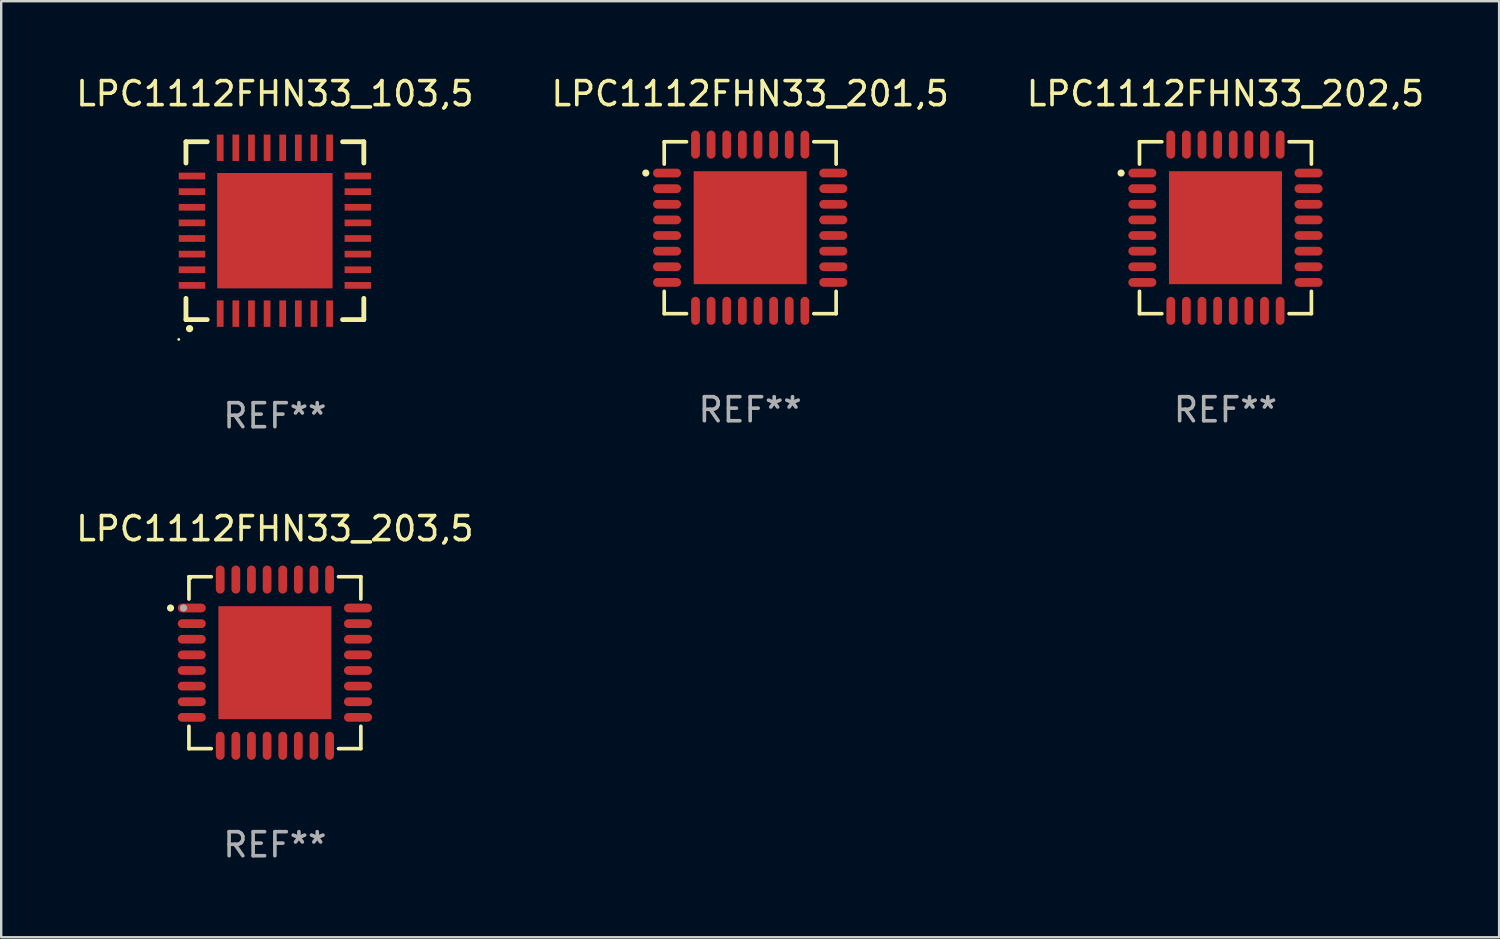
<source format=kicad_pcb>
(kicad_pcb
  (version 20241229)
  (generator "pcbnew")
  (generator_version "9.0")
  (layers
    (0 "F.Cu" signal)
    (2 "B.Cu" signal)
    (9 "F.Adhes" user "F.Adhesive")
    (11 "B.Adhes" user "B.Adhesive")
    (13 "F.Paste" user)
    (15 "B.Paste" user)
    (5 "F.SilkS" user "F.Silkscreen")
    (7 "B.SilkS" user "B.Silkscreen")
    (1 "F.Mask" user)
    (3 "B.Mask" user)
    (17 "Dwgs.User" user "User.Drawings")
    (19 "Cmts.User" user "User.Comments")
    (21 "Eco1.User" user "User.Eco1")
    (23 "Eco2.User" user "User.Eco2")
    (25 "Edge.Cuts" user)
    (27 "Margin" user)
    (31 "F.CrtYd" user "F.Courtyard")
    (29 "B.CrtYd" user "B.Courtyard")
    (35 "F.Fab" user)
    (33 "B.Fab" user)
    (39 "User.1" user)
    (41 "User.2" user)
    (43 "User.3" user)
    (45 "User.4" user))
  (footprint "LPC1112FHN33_202,5"
    (layer "F.Cu")
    (at 47.935 6.424)
    (property "Reference" "LPC1112FHN33_202,5" (at 0 -5.576 0) (layer "F.SilkS") (effects (font (size 1 1) (thickness 0.15))))
    (attr through_hole)
    (fp_line (start -3.576 -3.576) (end -3.576 -2.647) (stroke (width 0.152) (type solid)) (layer "F.SilkS"))
    (fp_line (start -3.576 3.576) (end -3.576 2.647) (stroke (width 0.152) (type solid)) (layer "F.SilkS"))
    (fp_line (start -2.647 -3.576) (end -3.576 -3.576) (stroke (width 0.152) (type solid)) (layer "F.SilkS"))
    (fp_line (start -2.647 3.576) (end -3.576 3.576) (stroke (width 0.152) (type solid)) (layer "F.SilkS"))
    (fp_line (start 2.647 -3.576) (end 3.576 -3.576) (stroke (width 0.152) (type solid)) (layer "F.SilkS"))
    (fp_line (start 2.647 3.576) (end 3.576 3.576) (stroke (width 0.152) (type solid)) (layer "F.SilkS"))
    (fp_line (start 3.576 -3.576) (end 3.576 -2.647) (stroke (width 0.152) (type solid)) (layer "F.SilkS"))
    (fp_line (start 3.576 3.576) (end 3.576 2.647) (stroke (width 0.152) (type solid)) (layer "F.SilkS"))
    (fp_circle (center -4.342 -2.275) (end -4.267 -2.275) (stroke (width 0.15) (type solid)) (fill no) (layer "F.SilkS"))
    (fp_text user "REF**" (at 0 7.576 0) (layer "F.Fab") (effects (font (size 1 1) (thickness 0.15))))
    (pad "1" smd oval (at -3.458 -2.275 270) (size 0.364 1.167) (layers "F.Cu" "F.Mask" "F.Paste"))
    (pad "2" smd oval (at -3.458 -1.625 270) (size 0.364 1.167) (layers "F.Cu" "F.Mask" "F.Paste"))
    (pad "3" smd oval (at -3.458 -0.975 270) (size 0.364 1.167) (layers "F.Cu" "F.Mask" "F.Paste"))
    (pad "4" smd oval (at -3.458 -0.325 270) (size 0.364 1.167) (layers "F.Cu" "F.Mask" "F.Paste"))
    (pad "5" smd oval (at -3.458 0.325 270) (size 0.364 1.167) (layers "F.Cu" "F.Mask" "F.Paste"))
    (pad "6" smd oval (at -3.458 0.975 270) (size 0.364 1.167) (layers "F.Cu" "F.Mask" "F.Paste"))
    (pad "7" smd oval (at -3.458 1.625 270) (size 0.364 1.167) (layers "F.Cu" "F.Mask" "F.Paste"))
    (pad "8" smd oval (at -3.458 2.275 270) (size 0.364 1.167) (layers "F.Cu" "F.Mask" "F.Paste"))
    (pad "9" smd oval (at -2.275 3.458 270) (size 1.167 0.364) (layers "F.Cu" "F.Mask" "F.Paste"))
    (pad "10" smd oval (at -1.625 3.458 270) (size 1.167 0.364) (layers "F.Cu" "F.Mask" "F.Paste"))
    (pad "11" smd oval (at -0.975 3.458 270) (size 1.167 0.364) (layers "F.Cu" "F.Mask" "F.Paste"))
    (pad "12" smd oval (at -0.325 3.458 270) (size 1.167 0.364) (layers "F.Cu" "F.Mask" "F.Paste"))
    (pad "13" smd oval (at 0.325 3.458 270) (size 1.167 0.364) (layers "F.Cu" "F.Mask" "F.Paste"))
    (pad "14" smd oval (at 0.975 3.458 270) (size 1.167 0.364) (layers "F.Cu" "F.Mask" "F.Paste"))
    (pad "15" smd oval (at 1.625 3.458 270) (size 1.167 0.364) (layers "F.Cu" "F.Mask" "F.Paste"))
    (pad "16" smd oval (at 2.275 3.458 270) (size 1.167 0.364) (layers "F.Cu" "F.Mask" "F.Paste"))
    (pad "17" smd oval (at 3.458 2.275 270) (size 0.364 1.167) (layers "F.Cu" "F.Mask" "F.Paste"))
    (pad "18" smd oval (at 3.458 1.625 270) (size 0.364 1.167) (layers "F.Cu" "F.Mask" "F.Paste"))
    (pad "19" smd oval (at 3.458 0.975 270) (size 0.364 1.167) (layers "F.Cu" "F.Mask" "F.Paste"))
    (pad "20" smd oval (at 3.458 0.325 270) (size 0.364 1.167) (layers "F.Cu" "F.Mask" "F.Paste"))
    (pad "21" smd oval (at 3.458 -0.325 270) (size 0.364 1.167) (layers "F.Cu" "F.Mask" "F.Paste"))
    (pad "22" smd oval (at 3.458 -0.975 270) (size 0.364 1.167) (layers "F.Cu" "F.Mask" "F.Paste"))
    (pad "23" smd oval (at 3.458 -1.625 270) (size 0.364 1.167) (layers "F.Cu" "F.Mask" "F.Paste"))
    (pad "24" smd oval (at 3.458 -2.275 270) (size 0.364 1.167) (layers "F.Cu" "F.Mask" "F.Paste"))
    (pad "25" smd oval (at 2.275 -3.458 270) (size 1.167 0.364) (layers "F.Cu" "F.Mask" "F.Paste"))
    (pad "26" smd oval (at 1.625 -3.458 270) (size 1.167 0.364) (layers "F.Cu" "F.Mask" "F.Paste"))
    (pad "27" smd oval (at 0.975 -3.458 270) (size 1.167 0.364) (layers "F.Cu" "F.Mask" "F.Paste"))
    (pad "28" smd oval (at 0.325 -3.458 270) (size 1.167 0.364) (layers "F.Cu" "F.Mask" "F.Paste"))
    (pad "29" smd oval (at -0.325 -3.458 270) (size 1.167 0.364) (layers "F.Cu" "F.Mask" "F.Paste"))
    (pad "30" smd oval (at -0.975 -3.458 270) (size 1.167 0.364) (layers "F.Cu" "F.Mask" "F.Paste"))
    (pad "31" smd oval (at -1.625 -3.458 270) (size 1.167 0.364) (layers "F.Cu" "F.Mask" "F.Paste"))
    (pad "32" smd oval (at -2.275 -3.458 270) (size 1.167 0.364) (layers "F.Cu" "F.Mask" "F.Paste"))
    (pad "33" smd rect (at 0 0 270) (size 4.7 4.7) (layers "F.Cu" "F.Mask" "F.Paste")))
  (footprint "LPC1112FHN33_203,5"
    (layer "F.Cu")
    (at 8.387 24.521)
    (property "Reference" "LPC1112FHN33_203,5" (at 0 -5.576 0) (layer "F.SilkS") (effects (font (size 1 1) (thickness 0.15))))
    (attr through_hole)
    (fp_line (start -3.576 -3.576) (end -3.576 -2.647) (stroke (width 0.152) (type solid)) (layer "F.SilkS"))
    (fp_line (start -3.576 3.576) (end -3.576 2.647) (stroke (width 0.152) (type solid)) (layer "F.SilkS"))
    (fp_line (start -2.647 -3.576) (end -3.576 -3.576) (stroke (width 0.152) (type solid)) (layer "F.SilkS"))
    (fp_line (start -2.647 3.576) (end -3.576 3.576) (stroke (width 0.152) (type solid)) (layer "F.SilkS"))
    (fp_line (start 2.647 -3.576) (end 3.576 -3.576) (stroke (width 0.152) (type solid)) (layer "F.SilkS"))
    (fp_line (start 2.647 3.576) (end 3.576 3.576) (stroke (width 0.152) (type solid)) (layer "F.SilkS"))
    (fp_line (start 3.576 -3.576) (end 3.576 -2.647) (stroke (width 0.152) (type solid)) (layer "F.SilkS"))
    (fp_line (start 3.576 3.576) (end 3.576 2.647) (stroke (width 0.152) (type solid)) (layer "F.SilkS"))
    (fp_circle (center -4.342 -2.275) (end -4.267 -2.275) (stroke (width 0.15) (type solid)) (fill no) (layer "F.SilkS"))
    (fp_circle (center -3.5 -3.5) (end -3.47 -3.5) (stroke (width 0.06) (type solid)) (fill no) (layer "F.SilkS"))
    (fp_circle (center -3.8 -2.275) (end -3.725 -2.275) (stroke (width 0.15) (type solid)) (fill no) (layer "F.Fab"))
    (fp_text user "REF**" (at 0 7.576 0) (layer "F.Fab") (effects (font (size 1 1) (thickness 0.15))))
    (pad "1" smd oval (at -3.458 -2.275 270) (size 0.364 1.167) (layers "F.Cu" "F.Mask" "F.Paste"))
    (pad "2" smd oval (at -3.458 -1.625 270) (size 0.364 1.167) (layers "F.Cu" "F.Mask" "F.Paste"))
    (pad "3" smd oval (at -3.458 -0.975 270) (size 0.364 1.167) (layers "F.Cu" "F.Mask" "F.Paste"))
    (pad "4" smd oval (at -3.458 -0.325 270) (size 0.364 1.167) (layers "F.Cu" "F.Mask" "F.Paste"))
    (pad "5" smd oval (at -3.458 0.325 270) (size 0.364 1.167) (layers "F.Cu" "F.Mask" "F.Paste"))
    (pad "6" smd oval (at -3.458 0.975 270) (size 0.364 1.167) (layers "F.Cu" "F.Mask" "F.Paste"))
    (pad "7" smd oval (at -3.458 1.625 270) (size 0.364 1.167) (layers "F.Cu" "F.Mask" "F.Paste"))
    (pad "8" smd oval (at -3.458 2.275 270) (size 0.364 1.167) (layers "F.Cu" "F.Mask" "F.Paste"))
    (pad "9" smd oval (at -2.275 3.458 270) (size 1.167 0.364) (layers "F.Cu" "F.Mask" "F.Paste"))
    (pad "10" smd oval (at -1.625 3.458 270) (size 1.167 0.364) (layers "F.Cu" "F.Mask" "F.Paste"))
    (pad "11" smd oval (at -0.975 3.458 270) (size 1.167 0.364) (layers "F.Cu" "F.Mask" "F.Paste"))
    (pad "12" smd oval (at -0.325 3.458 270) (size 1.167 0.364) (layers "F.Cu" "F.Mask" "F.Paste"))
    (pad "13" smd oval (at 0.325 3.458 270) (size 1.167 0.364) (layers "F.Cu" "F.Mask" "F.Paste"))
    (pad "14" smd oval (at 0.975 3.458 270) (size 1.167 0.364) (layers "F.Cu" "F.Mask" "F.Paste"))
    (pad "15" smd oval (at 1.625 3.458 270) (size 1.167 0.364) (layers "F.Cu" "F.Mask" "F.Paste"))
    (pad "16" smd oval (at 2.275 3.458 270) (size 1.167 0.364) (layers "F.Cu" "F.Mask" "F.Paste"))
    (pad "17" smd oval (at 3.458 2.275 270) (size 0.364 1.167) (layers "F.Cu" "F.Mask" "F.Paste"))
    (pad "18" smd oval (at 3.458 1.625 270) (size 0.364 1.167) (layers "F.Cu" "F.Mask" "F.Paste"))
    (pad "19" smd oval (at 3.458 0.975 270) (size 0.364 1.167) (layers "F.Cu" "F.Mask" "F.Paste"))
    (pad "20" smd oval (at 3.458 0.325 270) (size 0.364 1.167) (layers "F.Cu" "F.Mask" "F.Paste"))
    (pad "21" smd oval (at 3.458 -0.325 270) (size 0.364 1.167) (layers "F.Cu" "F.Mask" "F.Paste"))
    (pad "22" smd oval (at 3.458 -0.975 270) (size 0.364 1.167) (layers "F.Cu" "F.Mask" "F.Paste"))
    (pad "23" smd oval (at 3.458 -1.625 270) (size 0.364 1.167) (layers "F.Cu" "F.Mask" "F.Paste"))
    (pad "24" smd oval (at 3.458 -2.275 270) (size 0.364 1.167) (layers "F.Cu" "F.Mask" "F.Paste"))
    (pad "25" smd oval (at 2.275 -3.458 270) (size 1.167 0.364) (layers "F.Cu" "F.Mask" "F.Paste"))
    (pad "26" smd oval (at 1.625 -3.458 270) (size 1.167 0.364) (layers "F.Cu" "F.Mask" "F.Paste"))
    (pad "27" smd oval (at 0.975 -3.458 270) (size 1.167 0.364) (layers "F.Cu" "F.Mask" "F.Paste"))
    (pad "28" smd oval (at 0.325 -3.458 270) (size 1.167 0.364) (layers "F.Cu" "F.Mask" "F.Paste"))
    (pad "29" smd oval (at -0.325 -3.458 270) (size 1.167 0.364) (layers "F.Cu" "F.Mask" "F.Paste"))
    (pad "30" smd oval (at -0.975 -3.458 270) (size 1.167 0.364) (layers "F.Cu" "F.Mask" "F.Paste"))
    (pad "31" smd oval (at -1.625 -3.458 270) (size 1.167 0.364) (layers "F.Cu" "F.Mask" "F.Paste"))
    (pad "32" smd oval (at -2.275 -3.458 270) (size 1.167 0.364) (layers "F.Cu" "F.Mask" "F.Paste"))
    (pad "33" smd rect (at 0 0) (size 4.7 4.7) (layers "F.Cu" "F.Mask" "F.Paste")))
  (footprint "LPC1112FHN33_103,5"
    (layer "F.Cu")
    (at 8.387 6.548)
    (property "Reference" "LPC1112FHN33_103,5" (at 0 -5.7 0) (layer "F.SilkS") (effects (font (size 1 1) (thickness 0.15))))
    (attr through_hole)
    (fp_line (start -3.7 -3.7) (end -2.815 -3.7) (stroke (width 0.2) (type solid)) (layer "F.SilkS"))
    (fp_line (start -3.7 -2.815) (end -3.7 -3.7) (stroke (width 0.2) (type solid)) (layer "F.SilkS"))
    (fp_line (start -3.7 3.7) (end -3.7 2.815) (stroke (width 0.2) (type solid)) (layer "F.SilkS"))
    (fp_line (start -2.815 3.7) (end -3.7 3.7) (stroke (width 0.2) (type solid)) (layer "F.SilkS"))
    (fp_line (start 2.815 3.7) (end 3.7 3.7) (stroke (width 0.2) (type solid)) (layer "F.SilkS"))
    (fp_line (start 3.7 -3.7) (end 2.815 -3.7) (stroke (width 0.2) (type solid)) (layer "F.SilkS"))
    (fp_line (start 3.7 -2.815) (end 3.7 -3.7) (stroke (width 0.2) (type solid)) (layer "F.SilkS"))
    (fp_line (start 3.7 3.7) (end 3.7 2.815) (stroke (width 0.2) (type solid)) (layer "F.SilkS"))
    (fp_arc (start -3.551308 4.074168) (mid -3.550038 4.074163) (end -3.548768 4.074168) (stroke (width 0.3) (type solid)) (layer "F.SilkS"))
    (fp_circle (center -4 4.524) (end -3.97 4.524) (stroke (width 0.06) (type solid)) (fill no) (layer "F.SilkS"))
    (fp_text user "REF**" (at 0 7.7 0) (layer "F.Fab") (effects (font (size 1 1) (thickness 0.15))))
    (pad "1" smd rect (at -2.275 3.45 180) (size 0.28 1.1) (layers "F.Cu" "F.Mask" "F.Paste"))
    (pad "2" smd rect (at -1.625 3.45 180) (size 0.28 1.1) (layers "F.Cu" "F.Mask" "F.Paste"))
    (pad "3" smd rect (at -0.975 3.45 180) (size 0.28 1.1) (layers "F.Cu" "F.Mask" "F.Paste"))
    (pad "4" smd rect (at -0.325 3.45 180) (size 0.28 1.1) (layers "F.Cu" "F.Mask" "F.Paste"))
    (pad "5" smd rect (at 0.325 3.45 180) (size 0.28 1.1) (layers "F.Cu" "F.Mask" "F.Paste"))
    (pad "6" smd rect (at 0.975 3.45 180) (size 0.28 1.1) (layers "F.Cu" "F.Mask" "F.Paste"))
    (pad "7" smd rect (at 1.625 3.45 180) (size 0.28 1.1) (layers "F.Cu" "F.Mask" "F.Paste"))
    (pad "8" smd rect (at 2.275 3.45 180) (size 0.28 1.1) (layers "F.Cu" "F.Mask" "F.Paste"))
    (pad "9" smd rect (at 3.45 2.275 90) (size 0.28 1.1) (layers "F.Cu" "F.Mask" "F.Paste"))
    (pad "10" smd rect (at 3.45 1.625 90) (size 0.28 1.1) (layers "F.Cu" "F.Mask" "F.Paste"))
    (pad "11" smd rect (at 3.45 0.975 90) (size 0.28 1.1) (layers "F.Cu" "F.Mask" "F.Paste"))
    (pad "12" smd rect (at 3.45 0.325 90) (size 0.28 1.1) (layers "F.Cu" "F.Mask" "F.Paste"))
    (pad "13" smd rect (at 3.45 -0.325 90) (size 0.28 1.1) (layers "F.Cu" "F.Mask" "F.Paste"))
    (pad "14" smd rect (at 3.45 -0.975 90) (size 0.28 1.1) (layers "F.Cu" "F.Mask" "F.Paste"))
    (pad "15" smd rect (at 3.45 -1.625 90) (size 0.28 1.1) (layers "F.Cu" "F.Mask" "F.Paste"))
    (pad "16" smd rect (at 3.45 -2.275 90) (size 0.28 1.1) (layers "F.Cu" "F.Mask" "F.Paste"))
    (pad "17" smd rect (at 2.275 -3.45 180) (size 0.28 1.1) (layers "F.Cu" "F.Mask" "F.Paste"))
    (pad "18" smd rect (at 1.625 -3.45 180) (size 0.28 1.1) (layers "F.Cu" "F.Mask" "F.Paste"))
    (pad "19" smd rect (at 0.975 -3.45 180) (size 0.28 1.1) (layers "F.Cu" "F.Mask" "F.Paste"))
    (pad "20" smd rect (at 0.325 -3.45 180) (size 0.28 1.1) (layers "F.Cu" "F.Mask" "F.Paste"))
    (pad "21" smd rect (at -0.325 -3.45 180) (size 0.28 1.1) (layers "F.Cu" "F.Mask" "F.Paste"))
    (pad "22" smd rect (at -0.975 -3.45 180) (size 0.28 1.1) (layers "F.Cu" "F.Mask" "F.Paste"))
    (pad "23" smd rect (at -1.625 -3.45 180) (size 0.28 1.1) (layers "F.Cu" "F.Mask" "F.Paste"))
    (pad "24" smd rect (at -2.275 -3.45 180) (size 0.28 1.1) (layers "F.Cu" "F.Mask" "F.Paste"))
    (pad "25" smd rect (at -3.45 -2.275 90) (size 0.28 1.1) (layers "F.Cu" "F.Mask" "F.Paste"))
    (pad "26" smd rect (at -3.45 -1.625 90) (size 0.28 1.1) (layers "F.Cu" "F.Mask" "F.Paste"))
    (pad "27" smd rect (at -3.45 -0.975 90) (size 0.28 1.1) (layers "F.Cu" "F.Mask" "F.Paste"))
    (pad "28" smd rect (at -3.45 -0.325 90) (size 0.28 1.1) (layers "F.Cu" "F.Mask" "F.Paste"))
    (pad "29" smd rect (at -3.45 0.325 90) (size 0.28 1.1) (layers "F.Cu" "F.Mask" "F.Paste"))
    (pad "30" smd rect (at -3.45 0.975 90) (size 0.28 1.1) (layers "F.Cu" "F.Mask" "F.Paste"))
    (pad "31" smd rect (at -3.45 1.625 90) (size 0.28 1.1) (layers "F.Cu" "F.Mask" "F.Paste"))
    (pad "32" smd rect (at -3.45 2.275 90) (size 0.28 1.1) (layers "F.Cu" "F.Mask" "F.Paste"))
    (pad "33" smd rect (at 0 0 90) (size 4.8 4.8) (layers "F.Cu" "F.Mask" "F.Paste")))
  (footprint "LPC1112FHN33_201,5"
    (layer "F.Cu")
    (at 28.161 6.424)
    (property "Reference" "LPC1112FHN33_201,5" (at 0 -5.576 0) (layer "F.SilkS") (effects (font (size 1 1) (thickness 0.15))))
    (attr through_hole)
    (fp_line (start -3.576 -3.576) (end -3.576 -2.647) (stroke (width 0.152) (type solid)) (layer "F.SilkS"))
    (fp_line (start -3.576 3.576) (end -3.576 2.647) (stroke (width 0.152) (type solid)) (layer "F.SilkS"))
    (fp_line (start -2.647 -3.576) (end -3.576 -3.576) (stroke (width 0.152) (type solid)) (layer "F.SilkS"))
    (fp_line (start -2.647 3.576) (end -3.576 3.576) (stroke (width 0.152) (type solid)) (layer "F.SilkS"))
    (fp_line (start 2.647 -3.576) (end 3.576 -3.576) (stroke (width 0.152) (type solid)) (layer "F.SilkS"))
    (fp_line (start 2.647 3.576) (end 3.576 3.576) (stroke (width 0.152) (type solid)) (layer "F.SilkS"))
    (fp_line (start 3.576 -3.576) (end 3.576 -2.647) (stroke (width 0.152) (type solid)) (layer "F.SilkS"))
    (fp_line (start 3.576 3.576) (end 3.576 2.647) (stroke (width 0.152) (type solid)) (layer "F.SilkS"))
    (fp_circle (center -4.342 -2.275) (end -4.267 -2.275) (stroke (width 0.15) (type solid)) (fill no) (layer "F.SilkS"))
    (fp_text user "REF**" (at 0 7.576 0) (layer "F.Fab") (effects (font (size 1 1) (thickness 0.15))))
    (pad "1" smd oval (at -3.458 -2.275 270) (size 0.364 1.167) (layers "F.Cu" "F.Mask" "F.Paste"))
    (pad "2" smd oval (at -3.458 -1.625 270) (size 0.364 1.167) (layers "F.Cu" "F.Mask" "F.Paste"))
    (pad "3" smd oval (at -3.458 -0.975 270) (size 0.364 1.167) (layers "F.Cu" "F.Mask" "F.Paste"))
    (pad "4" smd oval (at -3.458 -0.325 270) (size 0.364 1.167) (layers "F.Cu" "F.Mask" "F.Paste"))
    (pad "5" smd oval (at -3.458 0.325 270) (size 0.364 1.167) (layers "F.Cu" "F.Mask" "F.Paste"))
    (pad "6" smd oval (at -3.458 0.975 270) (size 0.364 1.167) (layers "F.Cu" "F.Mask" "F.Paste"))
    (pad "7" smd oval (at -3.458 1.625 270) (size 0.364 1.167) (layers "F.Cu" "F.Mask" "F.Paste"))
    (pad "8" smd oval (at -3.458 2.275 270) (size 0.364 1.167) (layers "F.Cu" "F.Mask" "F.Paste"))
    (pad "9" smd oval (at -2.275 3.458 270) (size 1.167 0.364) (layers "F.Cu" "F.Mask" "F.Paste"))
    (pad "10" smd oval (at -1.625 3.458 270) (size 1.167 0.364) (layers "F.Cu" "F.Mask" "F.Paste"))
    (pad "11" smd oval (at -0.975 3.458 270) (size 1.167 0.364) (layers "F.Cu" "F.Mask" "F.Paste"))
    (pad "12" smd oval (at -0.325 3.458 270) (size 1.167 0.364) (layers "F.Cu" "F.Mask" "F.Paste"))
    (pad "13" smd oval (at 0.325 3.458 270) (size 1.167 0.364) (layers "F.Cu" "F.Mask" "F.Paste"))
    (pad "14" smd oval (at 0.975 3.458 270) (size 1.167 0.364) (layers "F.Cu" "F.Mask" "F.Paste"))
    (pad "15" smd oval (at 1.625 3.458 270) (size 1.167 0.364) (layers "F.Cu" "F.Mask" "F.Paste"))
    (pad "16" smd oval (at 2.275 3.458 270) (size 1.167 0.364) (layers "F.Cu" "F.Mask" "F.Paste"))
    (pad "17" smd oval (at 3.458 2.275 270) (size 0.364 1.167) (layers "F.Cu" "F.Mask" "F.Paste"))
    (pad "18" smd oval (at 3.458 1.625 270) (size 0.364 1.167) (layers "F.Cu" "F.Mask" "F.Paste"))
    (pad "19" smd oval (at 3.458 0.975 270) (size 0.364 1.167) (layers "F.Cu" "F.Mask" "F.Paste"))
    (pad "20" smd oval (at 3.458 0.325 270) (size 0.364 1.167) (layers "F.Cu" "F.Mask" "F.Paste"))
    (pad "21" smd oval (at 3.458 -0.325 270) (size 0.364 1.167) (layers "F.Cu" "F.Mask" "F.Paste"))
    (pad "22" smd oval (at 3.458 -0.975 270) (size 0.364 1.167) (layers "F.Cu" "F.Mask" "F.Paste"))
    (pad "23" smd oval (at 3.458 -1.625 270) (size 0.364 1.167) (layers "F.Cu" "F.Mask" "F.Paste"))
    (pad "24" smd oval (at 3.458 -2.275 270) (size 0.364 1.167) (layers "F.Cu" "F.Mask" "F.Paste"))
    (pad "25" smd oval (at 2.275 -3.458 270) (size 1.167 0.364) (layers "F.Cu" "F.Mask" "F.Paste"))
    (pad "26" smd oval (at 1.625 -3.458 270) (size 1.167 0.364) (layers "F.Cu" "F.Mask" "F.Paste"))
    (pad "27" smd oval (at 0.975 -3.458 270) (size 1.167 0.364) (layers "F.Cu" "F.Mask" "F.Paste"))
    (pad "28" smd oval (at 0.325 -3.458 270) (size 1.167 0.364) (layers "F.Cu" "F.Mask" "F.Paste"))
    (pad "29" smd oval (at -0.325 -3.458 270) (size 1.167 0.364) (layers "F.Cu" "F.Mask" "F.Paste"))
    (pad "30" smd oval (at -0.975 -3.458 270) (size 1.167 0.364) (layers "F.Cu" "F.Mask" "F.Paste"))
    (pad "31" smd oval (at -1.625 -3.458 270) (size 1.167 0.364) (layers "F.Cu" "F.Mask" "F.Paste"))
    (pad "32" smd oval (at -2.275 -3.458 270) (size 1.167 0.364) (layers "F.Cu" "F.Mask" "F.Paste"))
    (pad "33" smd rect (at 0 0 270) (size 4.7 4.7) (layers "F.Cu" "F.Mask" "F.Paste")))
  (gr_rect
    (start -3 -3)
    (end 59.321 35.945)
    (stroke (width 0.1) (type default))
    (fill no)
    (layer "Edge.Cuts")))
</source>
